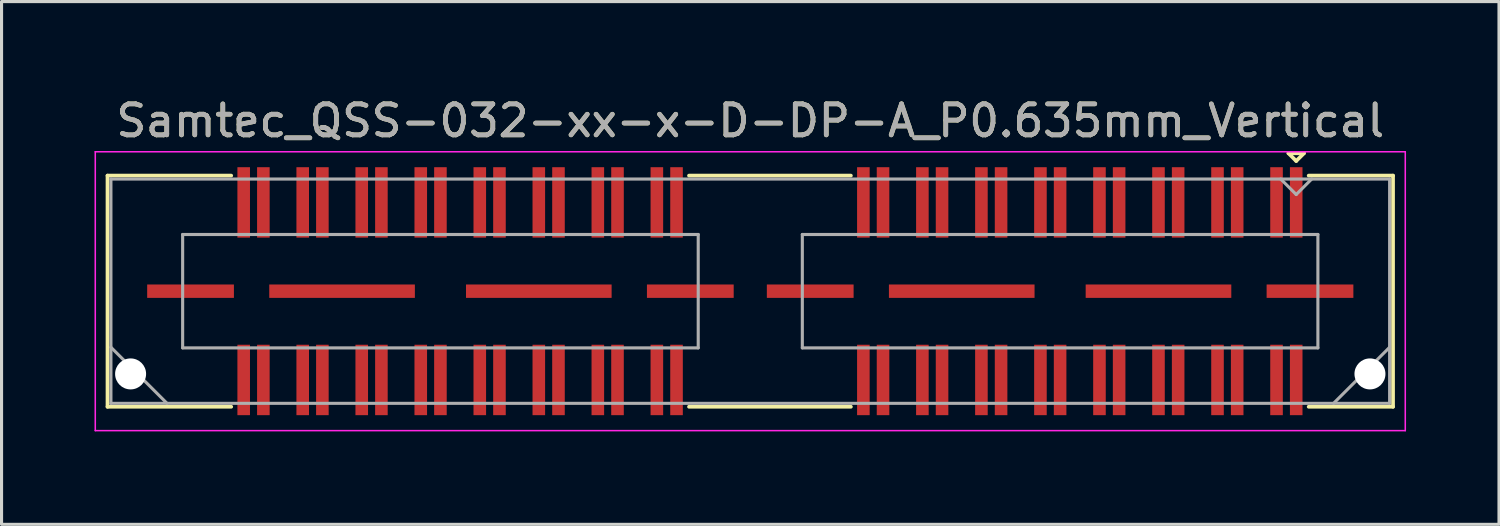
<source format=kicad_pcb>
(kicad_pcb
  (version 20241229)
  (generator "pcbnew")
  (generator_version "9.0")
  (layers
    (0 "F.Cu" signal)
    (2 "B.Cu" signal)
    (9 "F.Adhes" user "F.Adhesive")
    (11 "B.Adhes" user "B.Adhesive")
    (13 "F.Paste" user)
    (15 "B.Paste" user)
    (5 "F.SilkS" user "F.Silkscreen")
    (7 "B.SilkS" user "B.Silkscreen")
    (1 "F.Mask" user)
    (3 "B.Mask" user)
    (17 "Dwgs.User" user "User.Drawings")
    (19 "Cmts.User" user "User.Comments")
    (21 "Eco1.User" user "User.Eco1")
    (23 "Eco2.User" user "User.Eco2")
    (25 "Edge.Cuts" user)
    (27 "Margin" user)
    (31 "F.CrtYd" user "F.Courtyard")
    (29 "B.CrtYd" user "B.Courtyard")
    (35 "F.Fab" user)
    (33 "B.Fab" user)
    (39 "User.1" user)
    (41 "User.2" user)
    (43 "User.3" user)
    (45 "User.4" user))
  (footprint "Samtec_QSS-032-xx-x-D-DP-A_P0.635mm_Vertical"
    (layer "F.Cu")
    (at 21.165 6.348)
    (property "Reference" "Samtec_QSS-032-xx-x-D-DP-A_P0.635mm_Vertical" (at 0 -5.5 0) (layer "F.SilkS") (effects (font (size 1 1) (thickness 0.15))))
    (attr smd)
    (fp_line (start -20.745 -3.73) (end -16.753 -3.73) (stroke (width 0.12) (type solid)) (layer "F.SilkS"))
    (fp_line (start -20.745 3.73) (end -20.745 -3.73) (stroke (width 0.12) (type solid)) (layer "F.SilkS"))
    (fp_line (start -16.753 3.73) (end -20.745 3.73) (stroke (width 0.12) (type solid)) (layer "F.SilkS"))
    (fp_line (start 3.247 -3.73) (end -1.977 -3.73) (stroke (width 0.12) (type solid)) (layer "F.SilkS"))
    (fp_line (start 3.247 3.73) (end -1.977 3.73) (stroke (width 0.12) (type solid)) (layer "F.SilkS"))
    (fp_line (start 17.37 -4.452) (end 17.87 -4.452) (stroke (width 0.12) (type solid)) (layer "F.SilkS"))
    (fp_line (start 17.62 -4.202) (end 17.37 -4.452) (stroke (width 0.12) (type solid)) (layer "F.SilkS"))
    (fp_line (start 17.87 -4.452) (end 17.62 -4.202) (stroke (width 0.12) (type solid)) (layer "F.SilkS"))
    (fp_line (start 18.023 3.73) (end 20.745 3.73) (stroke (width 0.12) (type solid)) (layer "F.SilkS"))
    (fp_line (start 20.745 -3.73) (end 18.023 -3.73) (stroke (width 0.12) (type solid)) (layer "F.SilkS"))
    (fp_line (start 20.745 3.73) (end 20.745 -3.73) (stroke (width 0.12) (type solid)) (layer "F.SilkS"))
    (fp_line (start -21.14 -4.5) (end -21.14 4.5) (stroke (width 0.05) (type solid)) (layer "F.CrtYd"))
    (fp_line (start -21.14 4.5) (end 21.14 4.5) (stroke (width 0.05) (type solid)) (layer "F.CrtYd"))
    (fp_line (start 21.14 -4.5) (end -21.14 -4.5) (stroke (width 0.05) (type solid)) (layer "F.CrtYd"))
    (fp_line (start 21.14 4.5) (end 21.14 -4.5) (stroke (width 0.05) (type solid)) (layer "F.CrtYd"))
    (fp_line (start -20.635 -3.62) (end -20.635 3.62) (stroke (width 0.1) (type solid)) (layer "F.Fab"))
    (fp_line (start -20.635 1.81) (end -18.825 3.62) (stroke (width 0.1) (type solid)) (layer "F.Fab"))
    (fp_line (start -20.635 3.62) (end 20.635 3.62) (stroke (width 0.1) (type solid)) (layer "F.Fab"))
    (fp_line (start -18.32 -1.83) (end -18.32 1.83) (stroke (width 0.1) (type solid)) (layer "F.Fab"))
    (fp_line (start -18.32 1.83) (end -1.68 1.83) (stroke (width 0.1) (type solid)) (layer "F.Fab"))
    (fp_line (start -1.68 -1.83) (end -18.32 -1.83) (stroke (width 0.1) (type solid)) (layer "F.Fab"))
    (fp_line (start -1.68 1.83) (end -1.68 -1.83) (stroke (width 0.1) (type solid)) (layer "F.Fab"))
    (fp_line (start 1.68 -1.83) (end 1.68 1.83) (stroke (width 0.1) (type solid)) (layer "F.Fab"))
    (fp_line (start 1.68 1.83) (end 18.32 1.83) (stroke (width 0.1) (type solid)) (layer "F.Fab"))
    (fp_line (start 17.62 -3.12) (end 17.12 -3.62) (stroke (width 0.1) (type solid)) (layer "F.Fab"))
    (fp_line (start 18.12 -3.62) (end 17.62 -3.12) (stroke (width 0.1) (type solid)) (layer "F.Fab"))
    (fp_line (start 18.32 -1.83) (end 1.68 -1.83) (stroke (width 0.1) (type solid)) (layer "F.Fab"))
    (fp_line (start 18.32 1.83) (end 18.32 -1.83) (stroke (width 0.1) (type solid)) (layer "F.Fab"))
    (fp_line (start 20.635 -3.62) (end -20.635 -3.62) (stroke (width 0.1) (type solid)) (layer "F.Fab"))
    (fp_line (start 20.635 1.81) (end 18.825 3.62) (stroke (width 0.1) (type solid)) (layer "F.Fab"))
    (fp_line (start 20.635 3.62) (end 20.635 -3.62) (stroke (width 0.1) (type solid)) (layer "F.Fab"))
    (fp_text user "${REFERENCE}" (at 0 -5.5 0) (layer "F.Fab") (effects (font (size 1 1) (thickness 0.15))))
    (pad "" np_thru_hole circle (at -20 2.67) (size 1 1) (drill 1) (layers "*.Cu" "*.Mask"))
    (pad "" np_thru_hole circle (at 20 2.67) (size 1 1) (drill 1) (layers "*.Cu" "*.Mask"))
    (pad "1" smd rect (at 17.62 -2.865) (size 0.406 2.273) (layers "F.Cu" "F.Mask" "F.Paste"))
    (pad "2" smd rect (at 17.62 2.865) (size 0.406 2.273) (layers "F.Cu" "F.Mask" "F.Paste"))
    (pad "3" smd rect (at 16.985 -2.865) (size 0.406 2.273) (layers "F.Cu" "F.Mask" "F.Paste"))
    (pad "4" smd rect (at 16.985 2.865) (size 0.406 2.273) (layers "F.Cu" "F.Mask" "F.Paste"))
    (pad "5" smd rect (at 15.715 -2.865) (size 0.406 2.273) (layers "F.Cu" "F.Mask" "F.Paste"))
    (pad "6" smd rect (at 15.715 2.865) (size 0.406 2.273) (layers "F.Cu" "F.Mask" "F.Paste"))
    (pad "7" smd rect (at 15.08 -2.865) (size 0.406 2.273) (layers "F.Cu" "F.Mask" "F.Paste"))
    (pad "8" smd rect (at 15.08 2.865) (size 0.406 2.273) (layers "F.Cu" "F.Mask" "F.Paste"))
    (pad "9" smd rect (at 13.81 -2.865) (size 0.406 2.273) (layers "F.Cu" "F.Mask" "F.Paste"))
    (pad "10" smd rect (at 13.81 2.865) (size 0.406 2.273) (layers "F.Cu" "F.Mask" "F.Paste"))
    (pad "11" smd rect (at 13.175 -2.865) (size 0.406 2.273) (layers "F.Cu" "F.Mask" "F.Paste"))
    (pad "12" smd rect (at 13.175 2.865) (size 0.406 2.273) (layers "F.Cu" "F.Mask" "F.Paste"))
    (pad "13" smd rect (at 11.905 -2.865) (size 0.406 2.273) (layers "F.Cu" "F.Mask" "F.Paste"))
    (pad "14" smd rect (at 11.905 2.865) (size 0.406 2.273) (layers "F.Cu" "F.Mask" "F.Paste"))
    (pad "15" smd rect (at 11.27 -2.865) (size 0.406 2.273) (layers "F.Cu" "F.Mask" "F.Paste"))
    (pad "16" smd rect (at 11.27 2.865) (size 0.406 2.273) (layers "F.Cu" "F.Mask" "F.Paste"))
    (pad "17" smd rect (at 10 -2.865) (size 0.406 2.273) (layers "F.Cu" "F.Mask" "F.Paste"))
    (pad "18" smd rect (at 10 2.865) (size 0.406 2.273) (layers "F.Cu" "F.Mask" "F.Paste"))
    (pad "19" smd rect (at 9.365 -2.865) (size 0.406 2.273) (layers "F.Cu" "F.Mask" "F.Paste"))
    (pad "20" smd rect (at 9.365 2.865) (size 0.406 2.273) (layers "F.Cu" "F.Mask" "F.Paste"))
    (pad "21" smd rect (at 8.095 -2.865) (size 0.406 2.273) (layers "F.Cu" "F.Mask" "F.Paste"))
    (pad "22" smd rect (at 8.095 2.865) (size 0.406 2.273) (layers "F.Cu" "F.Mask" "F.Paste"))
    (pad "23" smd rect (at 7.46 -2.865) (size 0.406 2.273) (layers "F.Cu" "F.Mask" "F.Paste"))
    (pad "24" smd rect (at 7.46 2.865) (size 0.406 2.273) (layers "F.Cu" "F.Mask" "F.Paste"))
    (pad "25" smd rect (at 6.19 -2.865) (size 0.406 2.273) (layers "F.Cu" "F.Mask" "F.Paste"))
    (pad "26" smd rect (at 6.19 2.865) (size 0.406 2.273) (layers "F.Cu" "F.Mask" "F.Paste"))
    (pad "27" smd rect (at 5.555 -2.865) (size 0.406 2.273) (layers "F.Cu" "F.Mask" "F.Paste"))
    (pad "28" smd rect (at 5.555 2.865) (size 0.406 2.273) (layers "F.Cu" "F.Mask" "F.Paste"))
    (pad "29" smd rect (at 4.285 -2.865) (size 0.406 2.273) (layers "F.Cu" "F.Mask" "F.Paste"))
    (pad "30" smd rect (at 4.285 2.865) (size 0.406 2.273) (layers "F.Cu" "F.Mask" "F.Paste"))
    (pad "31" smd rect (at 3.65 -2.865) (size 0.406 2.273) (layers "F.Cu" "F.Mask" "F.Paste"))
    (pad "32" smd rect (at 3.65 2.865) (size 0.406 2.273) (layers "F.Cu" "F.Mask" "F.Paste"))
    (pad "33" smd rect (at -2.38 -2.865) (size 0.406 2.273) (layers "F.Cu" "F.Mask" "F.Paste"))
    (pad "34" smd rect (at -2.38 2.865) (size 0.406 2.273) (layers "F.Cu" "F.Mask" "F.Paste"))
    (pad "35" smd rect (at -3.015 -2.865) (size 0.406 2.273) (layers "F.Cu" "F.Mask" "F.Paste"))
    (pad "36" smd rect (at -3.015 2.865) (size 0.406 2.273) (layers "F.Cu" "F.Mask" "F.Paste"))
    (pad "37" smd rect (at -4.285 -2.865) (size 0.406 2.273) (layers "F.Cu" "F.Mask" "F.Paste"))
    (pad "38" smd rect (at -4.285 2.865) (size 0.406 2.273) (layers "F.Cu" "F.Mask" "F.Paste"))
    (pad "39" smd rect (at -4.92 -2.865) (size 0.406 2.273) (layers "F.Cu" "F.Mask" "F.Paste"))
    (pad "40" smd rect (at -4.92 2.865) (size 0.406 2.273) (layers "F.Cu" "F.Mask" "F.Paste"))
    (pad "41" smd rect (at -6.19 -2.865) (size 0.406 2.273) (layers "F.Cu" "F.Mask" "F.Paste"))
    (pad "42" smd rect (at -6.19 2.865) (size 0.406 2.273) (layers "F.Cu" "F.Mask" "F.Paste"))
    (pad "43" smd rect (at -6.825 -2.865) (size 0.406 2.273) (layers "F.Cu" "F.Mask" "F.Paste"))
    (pad "44" smd rect (at -6.825 2.865) (size 0.406 2.273) (layers "F.Cu" "F.Mask" "F.Paste"))
    (pad "45" smd rect (at -8.095 -2.865) (size 0.406 2.273) (layers "F.Cu" "F.Mask" "F.Paste"))
    (pad "46" smd rect (at -8.095 2.865) (size 0.406 2.273) (layers "F.Cu" "F.Mask" "F.Paste"))
    (pad "47" smd rect (at -8.73 -2.865) (size 0.406 2.273) (layers "F.Cu" "F.Mask" "F.Paste"))
    (pad "48" smd rect (at -8.73 2.865) (size 0.406 2.273) (layers "F.Cu" "F.Mask" "F.Paste"))
    (pad "49" smd rect (at -10 -2.865) (size 0.406 2.273) (layers "F.Cu" "F.Mask" "F.Paste"))
    (pad "50" smd rect (at -10 2.865) (size 0.406 2.273) (layers "F.Cu" "F.Mask" "F.Paste"))
    (pad "51" smd rect (at -10.635 -2.865) (size 0.406 2.273) (layers "F.Cu" "F.Mask" "F.Paste"))
    (pad "52" smd rect (at -10.635 2.865) (size 0.406 2.273) (layers "F.Cu" "F.Mask" "F.Paste"))
    (pad "53" smd rect (at -11.905 -2.865) (size 0.406 2.273) (layers "F.Cu" "F.Mask" "F.Paste"))
    (pad "54" smd rect (at -11.905 2.865) (size 0.406 2.273) (layers "F.Cu" "F.Mask" "F.Paste"))
    (pad "55" smd rect (at -12.54 -2.865) (size 0.406 2.273) (layers "F.Cu" "F.Mask" "F.Paste"))
    (pad "56" smd rect (at -12.54 2.865) (size 0.406 2.273) (layers "F.Cu" "F.Mask" "F.Paste"))
    (pad "57" smd rect (at -13.81 -2.865) (size 0.406 2.273) (layers "F.Cu" "F.Mask" "F.Paste"))
    (pad "58" smd rect (at -13.81 2.865) (size 0.406 2.273) (layers "F.Cu" "F.Mask" "F.Paste"))
    (pad "59" smd rect (at -14.445 -2.865) (size 0.406 2.273) (layers "F.Cu" "F.Mask" "F.Paste"))
    (pad "60" smd rect (at -14.445 2.865) (size 0.406 2.273) (layers "F.Cu" "F.Mask" "F.Paste"))
    (pad "61" smd rect (at -15.715 -2.865) (size 0.406 2.273) (layers "F.Cu" "F.Mask" "F.Paste"))
    (pad "62" smd rect (at -15.715 2.865) (size 0.406 2.273) (layers "F.Cu" "F.Mask" "F.Paste"))
    (pad "63" smd rect (at -16.35 -2.865) (size 0.406 2.273) (layers "F.Cu" "F.Mask" "F.Paste"))
    (pad "64" smd rect (at -16.35 2.865) (size 0.406 2.273) (layers "F.Cu" "F.Mask" "F.Paste"))
    (pad "P1" smd rect (at 1.935 0) (size 2.8 0.432) (layers "F.Cu" "F.Mask" "F.Paste"))
    (pad "P1" smd rect (at 6.825 0) (size 4.7 0.432) (layers "F.Cu" "F.Mask" "F.Paste"))
    (pad "P1" smd rect (at 13.175 0) (size 4.7 0.432) (layers "F.Cu" "F.Mask" "F.Paste"))
    (pad "P1" smd rect (at 18.065 0) (size 2.8 0.432) (layers "F.Cu" "F.Mask" "F.Paste"))
    (pad "P2" smd rect (at -18.065 0) (size 2.8 0.432) (layers "F.Cu" "F.Mask" "F.Paste"))
    (pad "P2" smd rect (at -13.175 0) (size 4.7 0.432) (layers "F.Cu" "F.Mask" "F.Paste"))
    (pad "P2" smd rect (at -6.825 0) (size 4.7 0.432) (layers "F.Cu" "F.Mask" "F.Paste"))
    (pad "P2" smd rect (at -1.935 0) (size 2.8 0.432) (layers "F.Cu" "F.Mask" "F.Paste")))
  (gr_rect
    (start -3 -3)
    (end 45.33 13.873)
    (stroke (width 0.1) (type default))
    (fill no)
    (layer "Edge.Cuts")))
</source>
